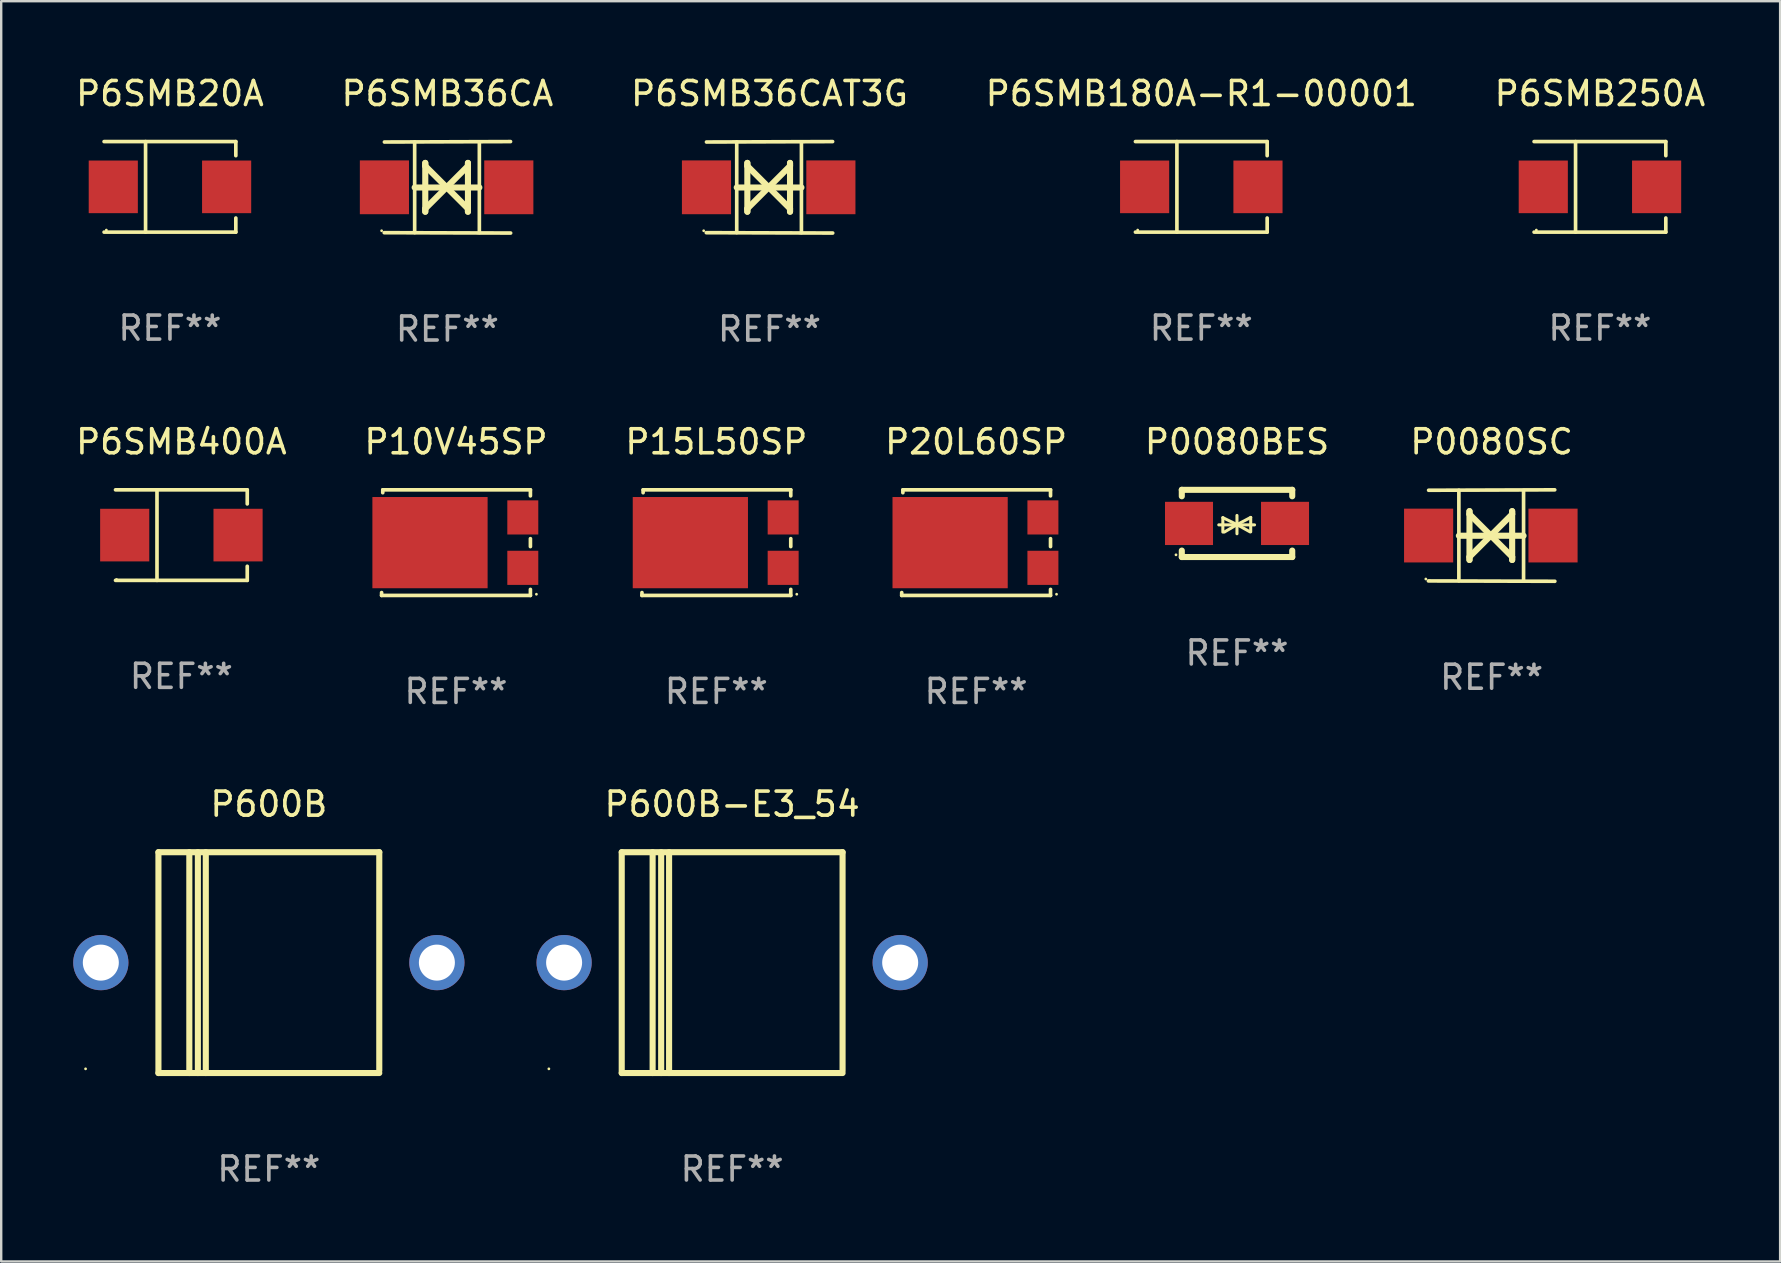
<source format=kicad_pcb>
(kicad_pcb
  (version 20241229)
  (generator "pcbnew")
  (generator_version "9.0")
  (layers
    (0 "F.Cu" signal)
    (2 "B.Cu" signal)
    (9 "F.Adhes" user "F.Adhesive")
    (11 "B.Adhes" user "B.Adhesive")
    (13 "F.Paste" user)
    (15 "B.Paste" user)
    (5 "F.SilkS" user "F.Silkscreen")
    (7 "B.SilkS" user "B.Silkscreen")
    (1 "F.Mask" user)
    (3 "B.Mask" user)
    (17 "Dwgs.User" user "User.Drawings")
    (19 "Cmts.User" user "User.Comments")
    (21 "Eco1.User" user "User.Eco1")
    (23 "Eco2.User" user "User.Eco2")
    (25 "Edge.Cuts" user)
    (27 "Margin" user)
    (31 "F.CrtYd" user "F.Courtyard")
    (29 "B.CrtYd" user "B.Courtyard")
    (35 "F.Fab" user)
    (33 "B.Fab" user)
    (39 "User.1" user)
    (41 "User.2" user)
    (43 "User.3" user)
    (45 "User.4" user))
  (footprint "P10V45SP"
    (layer "F.Cu")
    (at 15.946 19.555)
    (property "Reference" "P10V45SP" (at 0 -4.2 0) (layer "F.SilkS") (effects (font (size 1 1) (thickness 0.15))))
    (attr through_hole)
    (fp_line (start -3.1 2.2) (end -3.099 2.08) (stroke (width 0.152) (type solid)) (layer "F.SilkS"))
    (fp_line (start -3.051 -2.08) (end -3.05 -2.2) (stroke (width 0.152) (type solid)) (layer "F.SilkS"))
    (fp_line (start -3.05 -2.2) (end 3.1 -2.2) (stroke (width 0.152) (type solid)) (layer "F.SilkS"))
    (fp_line (start 3.1 -2.2) (end 3.1 -1.948) (stroke (width 0.152) (type solid)) (layer "F.SilkS"))
    (fp_line (start 3.1 -0.165) (end 3.1 0.165) (stroke (width 0.152) (type solid)) (layer "F.SilkS"))
    (fp_line (start 3.1 1.948) (end 3.1 2.2) (stroke (width 0.152) (type solid)) (layer "F.SilkS"))
    (fp_line (start 3.1 2.2) (end -3.1 2.2) (stroke (width 0.152) (type solid)) (layer "F.SilkS"))
    (fp_circle (center 3.35 2.15) (end 3.38 2.15) (stroke (width 0.06) (type solid)) (fill no) (layer "F.SilkS"))
    (fp_text user "REF**" (at 0 6.2 0) (layer "F.Fab") (effects (font (size 1 1) (thickness 0.15))))
    (pad "1" smd rect (at 2.783 1.05) (size 1.29 1.422) (layers "F.Cu" "F.Mask" "F.Paste"))
    (pad "2" smd rect (at 2.783 -1.05) (size 1.29 1.422) (layers "F.Cu" "F.Mask" "F.Paste"))
    (pad "3" smd rect (at -1.083 0 90) (size 3.8 4.8) (layers "F.Cu" "F.Mask" "F.Paste")))
  (footprint "P600B-E3_54"
    (layer "F.Cu")
    (at 27.45 37.051)
    (property "Reference" "P600B-E3_54" (at 0 -6.6 0) (layer "F.SilkS") (effects (font (size 1 1) (thickness 0.15))))
    (attr through_hole)
    (fp_line (start -4.6 -4.6) (end -4.6 4.6) (stroke (width 0.254) (type solid)) (layer "F.SilkS"))
    (fp_line (start -4.6 -4.6) (end 4.6 -4.6) (stroke (width 0.254) (type solid)) (layer "F.SilkS"))
    (fp_line (start -4.6 4.6) (end 4.6 4.6) (stroke (width 0.254) (type solid)) (layer "F.SilkS"))
    (fp_line (start -3.313 -4.6) (end -3.313 4.6) (stroke (width 0.254) (type solid)) (layer "F.SilkS"))
    (fp_line (start -2.957 -4.6) (end -2.957 4.6) (stroke (width 0.254) (type solid)) (layer "F.SilkS"))
    (fp_line (start -2.627 -4.6) (end -2.627 4.6) (stroke (width 0.254) (type solid)) (layer "F.SilkS"))
    (fp_line (start 4.6 -4.6) (end 4.6 4.5) (stroke (width 0.254) (type solid)) (layer "F.SilkS"))
    (fp_circle (center -7.635 4.425) (end -7.605 4.425) (stroke (width 0.06) (type solid)) (fill no) (layer "F.SilkS"))
    (fp_text user "REF**" (at 0 8.6 0) (layer "F.Fab") (effects (font (size 1 1) (thickness 0.15))))
    (pad "1" thru_hole circle (at -7 0) (size 2.3 2.3) (drill 1.5) (layers "*.Cu" "*.Mask"))
    (pad "2" thru_hole circle (at 7 0) (size 2.3 2.3) (drill 1.5) (layers "*.Cu" "*.Mask")))
  (footprint "P6SMB180A-R1-00001"
    (layer "F.Cu")
    (at 46.994 4.734)
    (property "Reference" "P6SMB180A-R1-00001" (at 0 -3.886 0) (layer "F.SilkS") (effects (font (size 1 1) (thickness 0.15))))
    (attr through_hole)
    (fp_line (start -2.744 -1.886) (end 2.744 -1.886) (stroke (width 0.152) (type solid)) (layer "F.SilkS"))
    (fp_line (start -2.744 1.886) (end 2.744 1.886) (stroke (width 0.152) (type solid)) (layer "F.SilkS"))
    (fp_line (start -1.016 -1.886) (end -1.016 1.886) (stroke (width 0.152) (type solid)) (layer "F.SilkS"))
    (fp_line (start 2.744 -1.886) (end 2.744 -1.299) (stroke (width 0.152) (type solid)) (layer "F.SilkS"))
    (fp_line (start 2.744 1.886) (end 2.744 1.299) (stroke (width 0.152) (type solid)) (layer "F.SilkS"))
    (fp_circle (center -2.65 1.8) (end -2.62 1.8) (stroke (width 0.06) (type solid)) (fill no) (layer "F.SilkS"))
    (fp_text user "REF**" (at 0 5.886 0) (layer "F.Fab") (effects (font (size 1 1) (thickness 0.15))))
    (pad "1" smd rect (at -2.361 0) (size 2.047 2.192) (layers "F.Cu" "F.Mask" "F.Paste"))
    (pad "2" smd rect (at 2.361 0) (size 2.047 2.192) (layers "F.Cu" "F.Mask" "F.Paste")))
  (footprint "P15L50SP"
    (layer "F.Cu")
    (at 26.792 19.555)
    (property "Reference" "P15L50SP" (at 0 -4.2 0) (layer "F.SilkS") (effects (font (size 1 1) (thickness 0.15))))
    (attr through_hole)
    (fp_line (start -3.1 2.2) (end -3.099 2.08) (stroke (width 0.152) (type solid)) (layer "F.SilkS"))
    (fp_line (start -3.051 -2.08) (end -3.05 -2.2) (stroke (width 0.152) (type solid)) (layer "F.SilkS"))
    (fp_line (start -3.05 -2.2) (end 3.1 -2.2) (stroke (width 0.152) (type solid)) (layer "F.SilkS"))
    (fp_line (start 3.1 -2.2) (end 3.1 -1.948) (stroke (width 0.152) (type solid)) (layer "F.SilkS"))
    (fp_line (start 3.1 -0.165) (end 3.1 0.165) (stroke (width 0.152) (type solid)) (layer "F.SilkS"))
    (fp_line (start 3.1 1.948) (end 3.1 2.2) (stroke (width 0.152) (type solid)) (layer "F.SilkS"))
    (fp_line (start 3.1 2.2) (end -3.1 2.2) (stroke (width 0.152) (type solid)) (layer "F.SilkS"))
    (fp_circle (center 3.35 2.15) (end 3.38 2.15) (stroke (width 0.06) (type solid)) (fill no) (layer "F.SilkS"))
    (fp_text user "REF**" (at 0 6.2 0) (layer "F.Fab") (effects (font (size 1 1) (thickness 0.15))))
    (pad "1" smd rect (at 2.783 1.05) (size 1.29 1.422) (layers "F.Cu" "F.Mask" "F.Paste"))
    (pad "2" smd rect (at 2.783 -1.05) (size 1.29 1.422) (layers "F.Cu" "F.Mask" "F.Paste"))
    (pad "3" smd rect (at -1.083 0 90) (size 3.8 4.8) (layers "F.Cu" "F.Mask" "F.Paste")))
  (footprint "P6SMB36CAT3G"
    (layer "F.Cu")
    (at 29.006 4.753)
    (property "Reference" "P6SMB36CAT3G" (at 0 -3.905 0) (layer "F.SilkS") (effects (font (size 1 1) (thickness 0.15))))
    (attr through_hole)
    (fp_line (start -1.365 1.886) (end -1.365 -1.886) (stroke (width 0.152) (type solid)) (layer "F.SilkS"))
    (fp_line (start -1.365 0.008) (end 1.33 0.008) (stroke (width 0.254) (type solid)) (layer "F.SilkS"))
    (fp_line (start -0.923 -1.016) (end -0.923 1.016) (stroke (width 0.254) (type solid)) (layer "F.SilkS"))
    (fp_line (start -0.923 -0.889) (end -0.923 -1.016) (stroke (width 0.254) (type solid)) (layer "F.SilkS"))
    (fp_line (start -0.923 0.889) (end -0.034 0) (stroke (width 0.254) (type solid)) (layer "F.SilkS"))
    (fp_line (start -0.923 1.016) (end -0.923 0.889) (stroke (width 0.254) (type solid)) (layer "F.SilkS"))
    (fp_line (start -0.034 0) (end -0.923 -0.889) (stroke (width 0.254) (type solid)) (layer "F.SilkS"))
    (fp_line (start -0.034 0) (end 0.855 0.889) (stroke (width 0.254) (type solid)) (layer "F.SilkS"))
    (fp_line (start 0.855 -1.016) (end 0.855 -0.889) (stroke (width 0.254) (type solid)) (layer "F.SilkS"))
    (fp_line (start 0.855 -0.889) (end -0.034 0) (stroke (width 0.254) (type solid)) (layer "F.SilkS"))
    (fp_line (start 0.855 0.889) (end 0.855 1.016) (stroke (width 0.254) (type solid)) (layer "F.SilkS"))
    (fp_line (start 0.855 1.016) (end 0.855 -1.016) (stroke (width 0.254) (type solid)) (layer "F.SilkS"))
    (fp_line (start 1.33 1.886) (end 1.33 -1.886) (stroke (width 0.152) (type solid)) (layer "F.SilkS"))
    (fp_line (start 2.629 -1.905) (end -2.625 -1.887) (stroke (width 0.152) (type solid)) (layer "F.SilkS"))
    (fp_line (start 2.633 1.905) (end -2.633 1.89) (stroke (width 0.152) (type solid)) (layer "F.SilkS"))
    (fp_circle (center -2.741 1.81) (end -2.711 1.81) (stroke (width 0.06) (type solid)) (fill no) (layer "F.SilkS"))
    (fp_text user "REF**" (at 0 5.905 0) (layer "F.Fab") (effects (font (size 1 1) (thickness 0.15))))
    (pad "1" smd rect (at -2.625 0) (size 2.047 2.241) (layers "F.Cu" "F.Mask" "F.Paste"))
    (pad "2" smd rect (at 2.557 0) (size 2.047 2.241) (layers "F.Cu" "F.Mask" "F.Paste")))
  (footprint "P6SMB36CA"
    (layer "F.Cu")
    (at 15.589 4.753)
    (property "Reference" "P6SMB36CA" (at 0 -3.905 0) (layer "F.SilkS") (effects (font (size 1 1) (thickness 0.15))))
    (attr through_hole)
    (fp_line (start -1.365 1.886) (end -1.365 -1.886) (stroke (width 0.152) (type solid)) (layer "F.SilkS"))
    (fp_line (start -1.365 0.008) (end 1.33 0.008) (stroke (width 0.254) (type solid)) (layer "F.SilkS"))
    (fp_line (start -0.923 -1.016) (end -0.923 1.016) (stroke (width 0.254) (type solid)) (layer "F.SilkS"))
    (fp_line (start -0.923 -0.889) (end -0.923 -1.016) (stroke (width 0.254) (type solid)) (layer "F.SilkS"))
    (fp_line (start -0.923 0.889) (end -0.034 0) (stroke (width 0.254) (type solid)) (layer "F.SilkS"))
    (fp_line (start -0.923 1.016) (end -0.923 0.889) (stroke (width 0.254) (type solid)) (layer "F.SilkS"))
    (fp_line (start -0.034 0) (end -0.923 -0.889) (stroke (width 0.254) (type solid)) (layer "F.SilkS"))
    (fp_line (start -0.034 0) (end 0.855 0.889) (stroke (width 0.254) (type solid)) (layer "F.SilkS"))
    (fp_line (start 0.855 -1.016) (end 0.855 -0.889) (stroke (width 0.254) (type solid)) (layer "F.SilkS"))
    (fp_line (start 0.855 -0.889) (end -0.034 0) (stroke (width 0.254) (type solid)) (layer "F.SilkS"))
    (fp_line (start 0.855 0.889) (end 0.855 1.016) (stroke (width 0.254) (type solid)) (layer "F.SilkS"))
    (fp_line (start 0.855 1.016) (end 0.855 -1.016) (stroke (width 0.254) (type solid)) (layer "F.SilkS"))
    (fp_line (start 1.33 1.886) (end 1.33 -1.886) (stroke (width 0.152) (type solid)) (layer "F.SilkS"))
    (fp_line (start 2.629 -1.905) (end -2.625 -1.887) (stroke (width 0.152) (type solid)) (layer "F.SilkS"))
    (fp_line (start 2.633 1.905) (end -2.633 1.89) (stroke (width 0.152) (type solid)) (layer "F.SilkS"))
    (fp_circle (center -2.741 1.81) (end -2.711 1.81) (stroke (width 0.06) (type solid)) (fill no) (layer "F.SilkS"))
    (fp_text user "REF**" (at 0 5.905 0) (layer "F.Fab") (effects (font (size 1 1) (thickness 0.15))))
    (pad "1" smd rect (at -2.625 0) (size 2.047 2.241) (layers "F.Cu" "F.Mask" "F.Paste"))
    (pad "2" smd rect (at 2.557 0) (size 2.047 2.241) (layers "F.Cu" "F.Mask" "F.Paste")))
  (footprint "P6SMB250A"
    (layer "F.Cu")
    (at 63.601 4.734)
    (property "Reference" "P6SMB250A" (at 0 -3.886 0) (layer "F.SilkS") (effects (font (size 1 1) (thickness 0.15))))
    (attr through_hole)
    (fp_line (start -2.744 -1.886) (end 2.744 -1.886) (stroke (width 0.152) (type solid)) (layer "F.SilkS"))
    (fp_line (start -2.744 1.886) (end 2.744 1.886) (stroke (width 0.152) (type solid)) (layer "F.SilkS"))
    (fp_line (start -1.016 -1.886) (end -1.016 1.886) (stroke (width 0.152) (type solid)) (layer "F.SilkS"))
    (fp_line (start 2.744 -1.886) (end 2.744 -1.299) (stroke (width 0.152) (type solid)) (layer "F.SilkS"))
    (fp_line (start 2.744 1.886) (end 2.744 1.299) (stroke (width 0.152) (type solid)) (layer "F.SilkS"))
    (fp_circle (center -2.65 1.8) (end -2.62 1.8) (stroke (width 0.06) (type solid)) (fill no) (layer "F.SilkS"))
    (fp_text user "REF**" (at 0 5.886 0) (layer "F.Fab") (effects (font (size 1 1) (thickness 0.15))))
    (pad "1" smd rect (at -2.361 0) (size 2.047 2.192) (layers "F.Cu" "F.Mask" "F.Paste"))
    (pad "2" smd rect (at 2.361 0) (size 2.047 2.192) (layers "F.Cu" "F.Mask" "F.Paste")))
  (footprint "P20L60SP"
    (layer "F.Cu")
    (at 37.613 19.555)
    (property "Reference" "P20L60SP" (at 0 -4.2 0) (layer "F.SilkS") (effects (font (size 1 1) (thickness 0.15))))
    (attr through_hole)
    (fp_line (start -3.1 2.2) (end -3.099 2.08) (stroke (width 0.152) (type solid)) (layer "F.SilkS"))
    (fp_line (start -3.051 -2.08) (end -3.05 -2.2) (stroke (width 0.152) (type solid)) (layer "F.SilkS"))
    (fp_line (start -3.05 -2.2) (end 3.1 -2.2) (stroke (width 0.152) (type solid)) (layer "F.SilkS"))
    (fp_line (start 3.1 -2.2) (end 3.1 -1.948) (stroke (width 0.152) (type solid)) (layer "F.SilkS"))
    (fp_line (start 3.1 -0.165) (end 3.1 0.165) (stroke (width 0.152) (type solid)) (layer "F.SilkS"))
    (fp_line (start 3.1 1.948) (end 3.1 2.2) (stroke (width 0.152) (type solid)) (layer "F.SilkS"))
    (fp_line (start 3.1 2.2) (end -3.1 2.2) (stroke (width 0.152) (type solid)) (layer "F.SilkS"))
    (fp_circle (center 3.35 2.15) (end 3.38 2.15) (stroke (width 0.06) (type solid)) (fill no) (layer "F.SilkS"))
    (fp_text user "REF**" (at 0 6.2 0) (layer "F.Fab") (effects (font (size 1 1) (thickness 0.15))))
    (pad "1" smd rect (at 2.783 1.05) (size 1.29 1.422) (layers "F.Cu" "F.Mask" "F.Paste"))
    (pad "2" smd rect (at 2.783 -1.05) (size 1.29 1.422) (layers "F.Cu" "F.Mask" "F.Paste"))
    (pad "3" smd rect (at -1.083 0 90) (size 3.8 4.8) (layers "F.Cu" "F.Mask" "F.Paste")))
  (footprint "P0080SC"
    (layer "F.Cu")
    (at 59.089 19.26)
    (property "Reference" "P0080SC" (at 0 -3.905 0) (layer "F.SilkS") (effects (font (size 1 1) (thickness 0.15))))
    (attr through_hole)
    (fp_line (start -1.365 1.886) (end -1.365 -1.886) (stroke (width 0.152) (type solid)) (layer "F.SilkS"))
    (fp_line (start -1.365 0.008) (end 1.33 0.008) (stroke (width 0.254) (type solid)) (layer "F.SilkS"))
    (fp_line (start -0.923 -1.016) (end -0.923 1.016) (stroke (width 0.254) (type solid)) (layer "F.SilkS"))
    (fp_line (start -0.923 -0.889) (end -0.923 -1.016) (stroke (width 0.254) (type solid)) (layer "F.SilkS"))
    (fp_line (start -0.923 0.889) (end -0.034 0) (stroke (width 0.254) (type solid)) (layer "F.SilkS"))
    (fp_line (start -0.923 1.016) (end -0.923 0.889) (stroke (width 0.254) (type solid)) (layer "F.SilkS"))
    (fp_line (start -0.034 0) (end -0.923 -0.889) (stroke (width 0.254) (type solid)) (layer "F.SilkS"))
    (fp_line (start -0.034 0) (end 0.855 0.889) (stroke (width 0.254) (type solid)) (layer "F.SilkS"))
    (fp_line (start 0.855 -1.016) (end 0.855 -0.889) (stroke (width 0.254) (type solid)) (layer "F.SilkS"))
    (fp_line (start 0.855 -0.889) (end -0.034 0) (stroke (width 0.254) (type solid)) (layer "F.SilkS"))
    (fp_line (start 0.855 0.889) (end 0.855 1.016) (stroke (width 0.254) (type solid)) (layer "F.SilkS"))
    (fp_line (start 0.855 1.016) (end 0.855 -1.016) (stroke (width 0.254) (type solid)) (layer "F.SilkS"))
    (fp_line (start 1.33 1.886) (end 1.33 -1.886) (stroke (width 0.152) (type solid)) (layer "F.SilkS"))
    (fp_line (start 2.629 -1.905) (end -2.625 -1.887) (stroke (width 0.152) (type solid)) (layer "F.SilkS"))
    (fp_line (start 2.633 1.905) (end -2.633 1.89) (stroke (width 0.152) (type solid)) (layer "F.SilkS"))
    (fp_circle (center -2.741 1.81) (end -2.711 1.81) (stroke (width 0.06) (type solid)) (fill no) (layer "F.SilkS"))
    (fp_text user "REF**" (at 0 5.905 0) (layer "F.Fab") (effects (font (size 1 1) (thickness 0.15))))
    (pad "1" smd rect (at -2.625 0) (size 2.047 2.241) (layers "F.Cu" "F.Mask" "F.Paste"))
    (pad "2" smd rect (at 2.557 0) (size 2.047 2.241) (layers "F.Cu" "F.Mask" "F.Paste")))
  (footprint "P6SMB20A"
    (layer "F.Cu")
    (at 4.03 4.734)
    (property "Reference" "P6SMB20A" (at 0 -3.886 0) (layer "F.SilkS") (effects (font (size 1 1) (thickness 0.15))))
    (attr through_hole)
    (fp_line (start -2.744 -1.886) (end 2.744 -1.886) (stroke (width 0.152) (type solid)) (layer "F.SilkS"))
    (fp_line (start -2.744 1.886) (end 2.744 1.886) (stroke (width 0.152) (type solid)) (layer "F.SilkS"))
    (fp_line (start -1.016 -1.886) (end -1.016 1.886) (stroke (width 0.152) (type solid)) (layer "F.SilkS"))
    (fp_line (start 2.744 -1.886) (end 2.744 -1.299) (stroke (width 0.152) (type solid)) (layer "F.SilkS"))
    (fp_line (start 2.744 1.886) (end 2.744 1.299) (stroke (width 0.152) (type solid)) (layer "F.SilkS"))
    (fp_circle (center -2.65 1.8) (end -2.62 1.8) (stroke (width 0.06) (type solid)) (fill no) (layer "F.SilkS"))
    (fp_text user "REF**" (at 0 5.886 0) (layer "F.Fab") (effects (font (size 1 1) (thickness 0.15))))
    (pad "1" smd rect (at -2.361 0) (size 2.047 2.192) (layers "F.Cu" "F.Mask" "F.Paste"))
    (pad "2" smd rect (at 2.361 0) (size 2.047 2.192) (layers "F.Cu" "F.Mask" "F.Paste")))
  (footprint "P0080BES"
    (layer "F.Cu")
    (at 48.482 18.755)
    (property "Reference" "P0080BES" (at 0 -3.4 0) (layer "F.SilkS") (effects (font (size 1 1) (thickness 0.15))))
    (attr through_hole)
    (fp_line (start -2.3 -1.4) (end -2.3 -1.131) (stroke (width 0.254) (type solid)) (layer "F.SilkS"))
    (fp_line (start -2.3 -1.4) (end 2.3 -1.4) (stroke (width 0.254) (type solid)) (layer "F.SilkS"))
    (fp_line (start -2.3 1.131) (end -2.3 1.4) (stroke (width 0.254) (type solid)) (layer "F.SilkS"))
    (fp_line (start -2.3 1.4) (end 2.3 1.4) (stroke (width 0.254) (type solid)) (layer "F.SilkS"))
    (fp_line (start -0.76 0.06) (end 0.73 0.06) (stroke (width 0.127) (type solid)) (layer "F.SilkS"))
    (fp_line (start -0.59 -0.24) (end -0.59 0.36) (stroke (width 0.127) (type solid)) (layer "F.SilkS"))
    (fp_line (start -0.59 -0.24) (end -0.002 0.049) (stroke (width 0.127) (type solid)) (layer "F.SilkS"))
    (fp_line (start -0.53 0.36) (end -0.002 0.049) (stroke (width 0.127) (type solid)) (layer "F.SilkS"))
    (fp_line (start -0.002 0.049) (end -0.002 -0.332) (stroke (width 0.127) (type solid)) (layer "F.SilkS"))
    (fp_line (start -0.002 0.049) (end -0.002 0.43) (stroke (width 0.127) (type solid)) (layer "F.SilkS"))
    (fp_line (start 0.54 0.35) (end -0.002 0.049) (stroke (width 0.127) (type solid)) (layer "F.SilkS"))
    (fp_line (start 0.57 -0.25) (end -0.002 0.049) (stroke (width 0.127) (type solid)) (layer "F.SilkS"))
    (fp_line (start 0.57 -0.25) (end 0.57 0.35) (stroke (width 0.127) (type solid)) (layer "F.SilkS"))
    (fp_line (start 2.3 -1.4) (end 2.3 -1.131) (stroke (width 0.254) (type solid)) (layer "F.SilkS"))
    (fp_line (start 2.3 1.131) (end 2.3 1.4) (stroke (width 0.254) (type solid)) (layer "F.SilkS"))
    (fp_circle (center -2.542 1.308) (end -2.512 1.308) (stroke (width 0.06) (type solid)) (fill no) (layer "F.SilkS"))
    (fp_text user "REF**" (at 0 5.4 0) (layer "F.Fab") (effects (font (size 1 1) (thickness 0.15))))
    (pad "1" smd rect (at -2 0) (size 2 1.8) (layers "F.Cu" "F.Mask" "F.Paste"))
    (pad "2" smd rect (at 2 0) (size 2 1.8) (layers "F.Cu" "F.Mask" "F.Paste")))
  (footprint "P6SMB400A"
    (layer "F.Cu")
    (at 4.506 19.241)
    (property "Reference" "P6SMB400A" (at 0 -3.886 0) (layer "F.SilkS") (effects (font (size 1 1) (thickness 0.15))))
    (attr through_hole)
    (fp_line (start -2.744 -1.886) (end 2.744 -1.886) (stroke (width 0.152) (type solid)) (layer "F.SilkS"))
    (fp_line (start -2.744 1.886) (end 2.744 1.886) (stroke (width 0.152) (type solid)) (layer "F.SilkS"))
    (fp_line (start -1.016 -1.886) (end -1.016 1.886) (stroke (width 0.152) (type solid)) (layer "F.SilkS"))
    (fp_line (start 2.744 -1.886) (end 2.744 -1.299) (stroke (width 0.152) (type solid)) (layer "F.SilkS"))
    (fp_line (start 2.744 1.886) (end 2.744 1.299) (stroke (width 0.152) (type solid)) (layer "F.SilkS"))
    (fp_circle (center -2.7 1.85) (end -2.67 1.85) (stroke (width 0.06) (type solid)) (fill no) (layer "F.SilkS"))
    (fp_text user "REF**" (at 0 5.886 0) (layer "F.Fab") (effects (font (size 1 1) (thickness 0.15))))
    (pad "1" smd rect (at -2.361 0) (size 2.047 2.192) (layers "F.Cu" "F.Mask" "F.Paste"))
    (pad "2" smd rect (at 2.361 0) (size 2.047 2.192) (layers "F.Cu" "F.Mask" "F.Paste")))
  (footprint "P600B"
    (layer "F.Cu")
    (at 8.15 37.051)
    (property "Reference" "P600B" (at 0 -6.6 0) (layer "F.SilkS") (effects (font (size 1 1) (thickness 0.15))))
    (attr through_hole)
    (fp_line (start -4.6 -4.6) (end -4.6 4.6) (stroke (width 0.254) (type solid)) (layer "F.SilkS"))
    (fp_line (start -4.6 -4.6) (end 4.6 -4.6) (stroke (width 0.254) (type solid)) (layer "F.SilkS"))
    (fp_line (start -4.6 4.6) (end 4.6 4.6) (stroke (width 0.254) (type solid)) (layer "F.SilkS"))
    (fp_line (start -3.313 -4.6) (end -3.313 4.6) (stroke (width 0.254) (type solid)) (layer "F.SilkS"))
    (fp_line (start -2.957 -4.6) (end -2.957 4.6) (stroke (width 0.254) (type solid)) (layer "F.SilkS"))
    (fp_line (start -2.627 -4.6) (end -2.627 4.6) (stroke (width 0.254) (type solid)) (layer "F.SilkS"))
    (fp_line (start 4.6 -4.6) (end 4.6 4.5) (stroke (width 0.254) (type solid)) (layer "F.SilkS"))
    (fp_circle (center -7.635 4.425) (end -7.605 4.425) (stroke (width 0.06) (type solid)) (fill no) (layer "F.SilkS"))
    (fp_text user "REF**" (at 0 8.6 0) (layer "F.Fab") (effects (font (size 1 1) (thickness 0.15))))
    (pad "1" thru_hole circle (at -7 0) (size 2.3 2.3) (drill 1.5) (layers "*.Cu" "*.Mask"))
    (pad "2" thru_hole circle (at 7 0) (size 2.3 2.3) (drill 1.5) (layers "*.Cu" "*.Mask")))
  (gr_rect
    (start -3 -3)
    (end 71.107 49.5)
    (stroke (width 0.1) (type default))
    (fill no)
    (layer "Edge.Cuts")))
</source>
